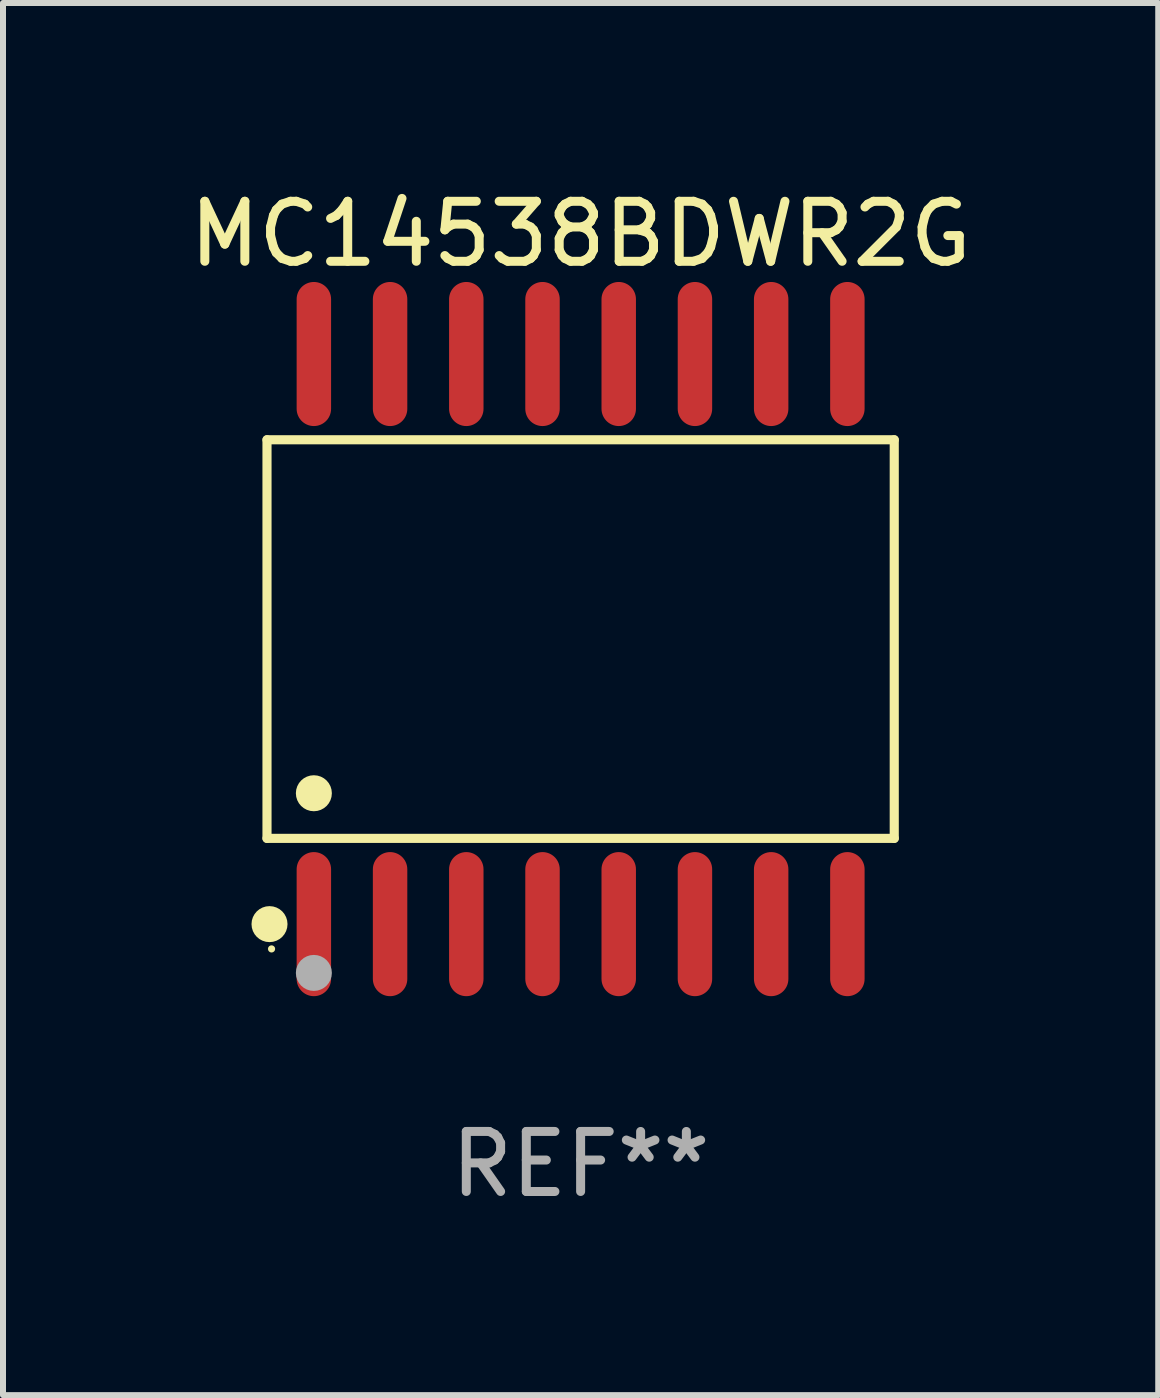
<source format=kicad_pcb>
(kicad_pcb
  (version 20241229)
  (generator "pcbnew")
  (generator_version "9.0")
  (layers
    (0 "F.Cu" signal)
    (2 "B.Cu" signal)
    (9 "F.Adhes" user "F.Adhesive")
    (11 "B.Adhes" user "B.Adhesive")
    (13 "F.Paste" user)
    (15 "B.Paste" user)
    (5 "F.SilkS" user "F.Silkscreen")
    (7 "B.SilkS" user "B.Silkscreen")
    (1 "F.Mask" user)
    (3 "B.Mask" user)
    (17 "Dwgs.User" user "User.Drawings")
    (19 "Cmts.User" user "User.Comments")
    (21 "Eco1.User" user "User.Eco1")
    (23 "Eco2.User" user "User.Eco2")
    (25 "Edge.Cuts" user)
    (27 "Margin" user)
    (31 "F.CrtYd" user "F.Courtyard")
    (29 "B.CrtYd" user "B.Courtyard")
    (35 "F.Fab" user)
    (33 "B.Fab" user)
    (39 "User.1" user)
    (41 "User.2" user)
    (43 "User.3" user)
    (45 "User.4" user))
  (footprint "MC14538BDWR2G"
    (layer "F.Cu")
    (at 6.625 7.599)
    (property "Reference" "MC14538BDWR2G" (at 0 -6.75 0) (layer "F.SilkS") (effects (font (size 1 1) (thickness 0.15))))
    (attr through_hole)
    (fp_line (start -5.226 -3.321) (end 5.226 -3.321) (stroke (width 0.152) (type solid)) (layer "F.SilkS"))
    (fp_line (start -5.226 3.321) (end -5.226 -3.321) (stroke (width 0.152) (type solid)) (layer "F.SilkS"))
    (fp_line (start 5.226 -3.321) (end 5.226 3.321) (stroke (width 0.152) (type solid)) (layer "F.SilkS"))
    (fp_line (start 5.226 3.321) (end -5.226 3.321) (stroke (width 0.152) (type solid)) (layer "F.SilkS"))
    (fp_circle (center -5.184 4.75) (end -5.034 4.75) (stroke (width 0.3) (type solid)) (fill no) (layer "F.SilkS"))
    (fp_circle (center -5.15 5.163) (end -5.12 5.163) (stroke (width 0.06) (type solid)) (fill no) (layer "F.SilkS"))
    (fp_circle (center -4.445 2.569) (end -4.295 2.569) (stroke (width 0.3) (type solid)) (fill no) (layer "F.SilkS"))
    (fp_circle (center -4.445 5.563) (end -4.295 5.563) (stroke (width 0.3) (type solid)) (fill no) (layer "F.Fab"))
    (fp_text user "REF**" (at 0 8.75 0) (layer "F.Fab") (effects (font (size 1 1) (thickness 0.15))))
    (pad "1" smd oval (at -4.445 4.75) (size 0.574 2.401) (layers "F.Cu" "F.Mask" "F.Paste"))
    (pad "2" smd oval (at -3.175 4.75) (size 0.574 2.401) (layers "F.Cu" "F.Mask" "F.Paste"))
    (pad "3" smd oval (at -1.905 4.75) (size 0.574 2.401) (layers "F.Cu" "F.Mask" "F.Paste"))
    (pad "4" smd oval (at -0.635 4.75) (size 0.574 2.401) (layers "F.Cu" "F.Mask" "F.Paste"))
    (pad "5" smd oval (at 0.635 4.75) (size 0.574 2.401) (layers "F.Cu" "F.Mask" "F.Paste"))
    (pad "6" smd oval (at 1.905 4.75) (size 0.574 2.401) (layers "F.Cu" "F.Mask" "F.Paste"))
    (pad "7" smd oval (at 3.175 4.75) (size 0.574 2.401) (layers "F.Cu" "F.Mask" "F.Paste"))
    (pad "8" smd oval (at 4.445 4.75) (size 0.574 2.401) (layers "F.Cu" "F.Mask" "F.Paste"))
    (pad "9" smd oval (at 4.445 -4.75) (size 0.574 2.401) (layers "F.Cu" "F.Mask" "F.Paste"))
    (pad "10" smd oval (at 3.175 -4.75) (size 0.574 2.401) (layers "F.Cu" "F.Mask" "F.Paste"))
    (pad "11" smd oval (at 1.905 -4.75) (size 0.574 2.401) (layers "F.Cu" "F.Mask" "F.Paste"))
    (pad "12" smd oval (at 0.635 -4.75) (size 0.574 2.401) (layers "F.Cu" "F.Mask" "F.Paste"))
    (pad "13" smd oval (at -0.635 -4.75) (size 0.574 2.401) (layers "F.Cu" "F.Mask" "F.Paste"))
    (pad "14" smd oval (at -1.905 -4.75) (size 0.574 2.401) (layers "F.Cu" "F.Mask" "F.Paste"))
    (pad "15" smd oval (at -3.175 -4.75) (size 0.574 2.401) (layers "F.Cu" "F.Mask" "F.Paste"))
    (pad "16" smd oval (at -4.445 -4.75) (size 0.574 2.401) (layers "F.Cu" "F.Mask" "F.Paste")))
  (gr_rect
    (start -3 -3)
    (end 16.25 20.197)
    (stroke (width 0.1) (type default))
    (fill no)
    (layer "Edge.Cuts")))
</source>
